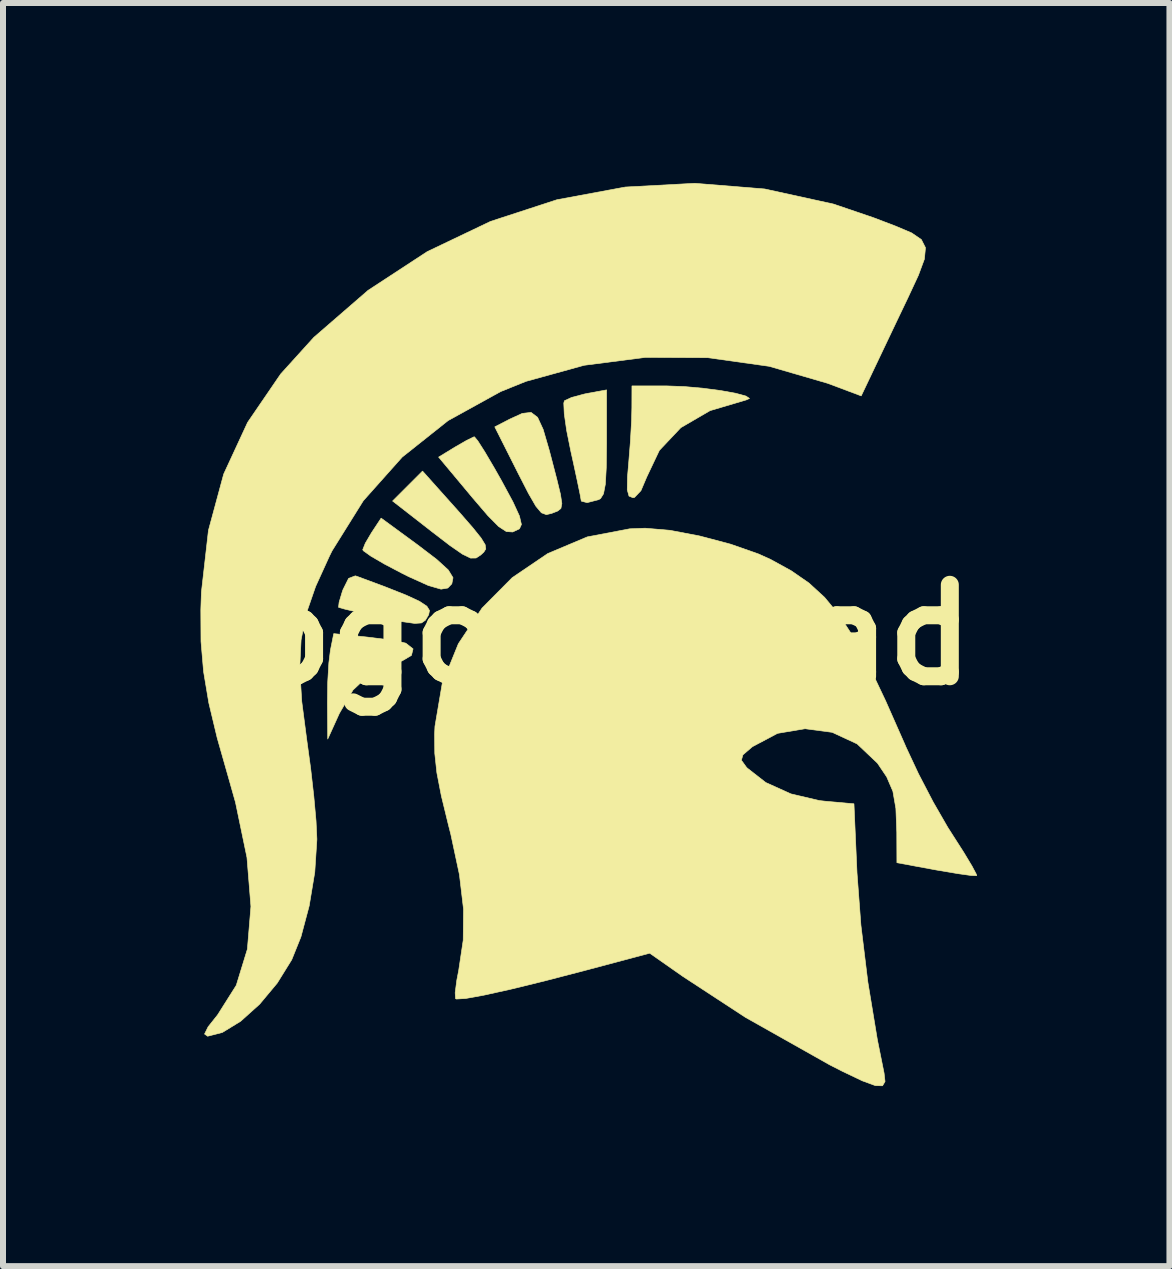
<source format=kicad_pcb>
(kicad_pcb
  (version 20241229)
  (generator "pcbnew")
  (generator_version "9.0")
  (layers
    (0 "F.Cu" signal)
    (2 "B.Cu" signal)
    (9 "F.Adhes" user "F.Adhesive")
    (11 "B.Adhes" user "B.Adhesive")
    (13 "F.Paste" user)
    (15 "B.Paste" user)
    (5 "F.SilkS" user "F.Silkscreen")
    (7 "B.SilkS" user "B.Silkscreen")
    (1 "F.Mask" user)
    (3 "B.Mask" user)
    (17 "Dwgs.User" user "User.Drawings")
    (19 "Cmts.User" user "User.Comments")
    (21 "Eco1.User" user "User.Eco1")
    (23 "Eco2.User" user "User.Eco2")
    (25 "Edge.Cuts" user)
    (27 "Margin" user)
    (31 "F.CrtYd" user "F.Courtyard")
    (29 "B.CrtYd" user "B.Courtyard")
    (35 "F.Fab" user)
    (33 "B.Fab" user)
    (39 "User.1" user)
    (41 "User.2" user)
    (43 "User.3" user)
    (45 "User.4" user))
  (footprint "logo-kicad"
    (layer "F.Cu")
    (at 6.72 7.531)
    (property "Reference" "logo-kicad" (at 0 0 0) (layer "F.SilkS") (effects (font (size 1.524 1.524) (thickness 0.3))))
    (attr through_hole)
    (fp_poly (pts (xy -2.435 -2.402) (xy -2.113 -2.042) (xy -1.89 -1.786) (xy -1.752 -1.614) (xy -1.684 -1.503) (xy -1.674 -1.432) (xy -1.707 -1.379) (xy -1.758 -1.332) (xy -1.836 -1.281) (xy -1.928 -1.28) (xy -2.062 -1.345) (xy -2.269 -1.488) (xy -2.566 -1.716) (xy -3.227 -2.231) (xy -2.728 -2.73) (xy -2.435 -2.402)) (stroke (width 0.01) (type solid)) (fill yes) (layer "F.SilkS"))
    (fp_poly (pts (xy -3.671 0.034) (xy -3.369 0.071) (xy -3.125 0.11) (xy -3.007 0.138) (xy -2.886 0.233) (xy -2.913 0.342) (xy -3.069 0.434) (xy -3.166 0.458) (xy -3.561 0.613) (xy -3.886 0.918) (xy -4.113 1.306) (xy -4.308 1.736) (xy -4.313 1.132) (xy -4.308 0.784) (xy -4.289 0.464) (xy -4.263 0.254) (xy -4.208 -0.021) (xy -3.671 0.034)) (stroke (width 0.01) (type solid)) (fill yes) (layer "F.SilkS"))
    (fp_poly (pts (xy -2.812 -1.502) (xy -2.492 -1.258) (xy -2.299 -1.082) (xy -2.22 -0.953) (xy -2.24 -0.851) (xy -2.307 -0.781) (xy -2.42 -0.762) (xy -2.631 -0.823) (xy -2.959 -0.971) (xy -3.069 -1.026) (xy -3.364 -1.181) (xy -3.59 -1.313) (xy -3.713 -1.401) (xy -3.725 -1.419) (xy -3.682 -1.527) (xy -3.579 -1.702) (xy -3.571 -1.714) (xy -3.418 -1.946) (xy -2.812 -1.502)) (stroke (width 0.01) (type solid)) (fill yes) (layer "F.SilkS"))
    (fp_poly (pts (xy -1.806 -3.232) (xy -1.688 -3.047) (xy -1.528 -2.775) (xy -1.412 -2.57) (xy -1.221 -2.216) (xy -1.113 -1.981) (xy -1.08 -1.84) (xy -1.112 -1.769) (xy -1.115 -1.767) (xy -1.225 -1.715) (xy -1.331 -1.722) (xy -1.46 -1.806) (xy -1.638 -1.986) (xy -1.89 -2.28) (xy -1.93 -2.328) (xy -2.46 -2.963) (xy -2.183 -3.132) (xy -1.994 -3.241) (xy -1.875 -3.299) (xy -1.863 -3.301) (xy -1.806 -3.232)) (stroke (width 0.01) (type solid)) (fill yes) (layer "F.SilkS"))
    (fp_poly (pts (xy -0.811 -3.626) (xy -0.718 -3.425) (xy -0.618 -3.083) (xy -0.592 -2.985) (xy -0.491 -2.597) (xy -0.429 -2.342) (xy -0.406 -2.189) (xy -0.422 -2.107) (xy -0.476 -2.064) (xy -0.566 -2.029) (xy -0.572 -2.026) (xy -0.665 -2.004) (xy -0.747 -2.035) (xy -0.839 -2.144) (xy -0.961 -2.355) (xy -1.135 -2.694) (xy -1.143 -2.71) (xy -1.524 -3.467) (xy -1.274 -3.596) (xy -1.066 -3.691) (xy -0.919 -3.708) (xy -0.811 -3.626)) (stroke (width 0.01) (type solid)) (fill yes) (layer "F.SilkS"))
    (fp_poly (pts (xy 0.339 -3.193) (xy 0.334 -2.783) (xy 0.319 -2.512) (xy 0.288 -2.351) (xy 0.238 -2.271) (xy 0.205 -2.253) (xy 0.015 -2.204) (xy -0.081 -2.229) (xy -0.085 -2.245) (xy -0.102 -2.341) (xy -0.148 -2.563) (xy -0.215 -2.874) (xy -0.257 -3.063) (xy -0.326 -3.406) (xy -0.366 -3.686) (xy -0.374 -3.863) (xy -0.363 -3.902) (xy -0.242 -3.958) (xy -0.028 -4.015) (xy 0.021 -4.025) (xy 0.339 -4.083) (xy 0.339 -3.193)) (stroke (width 0.01) (type solid)) (fill yes) (layer "F.SilkS"))
    (fp_poly (pts (xy -3.821 -0.976) (xy -3.34 -0.797) (xy -3 -0.662) (xy -2.778 -0.559) (xy -2.656 -0.478) (xy -2.612 -0.407) (xy -2.626 -0.336) (xy -2.631 -0.327) (xy -2.681 -0.244) (xy -2.745 -0.199) (xy -2.858 -0.191) (xy -3.056 -0.219) (xy -3.372 -0.283) (xy -3.514 -0.313) (xy -3.807 -0.378) (xy -4.026 -0.43) (xy -4.126 -0.459) (xy -4.128 -0.46) (xy -4.118 -0.545) (xy -4.064 -0.725) (xy -4.054 -0.753) (xy -3.96 -0.942) (xy -3.849 -0.984) (xy -3.821 -0.976)) (stroke (width 0.01) (type solid)) (fill yes) (layer "F.SilkS"))
    (fp_poly (pts (xy 1.642 -4.138) (xy 1.952 -4.11) (xy 2.246 -4.071) (xy 2.494 -4.026) (xy 2.663 -3.98) (xy 2.721 -3.94) (xy 2.667 -3.916) (xy 2.063 -3.737) (xy 1.577 -3.454) (xy 1.219 -3.075) (xy 1.008 -2.63) (xy 0.912 -2.404) (xy 0.805 -2.291) (xy 0.779 -2.286) (xy 0.713 -2.313) (xy 0.684 -2.418) (xy 0.688 -2.635) (xy 0.707 -2.857) (xy 0.736 -3.218) (xy 0.756 -3.571) (xy 0.761 -3.789) (xy 0.762 -4.149) (xy 1.35 -4.149) (xy 1.642 -4.138)) (stroke (width 0.01) (type solid)) (fill yes) (layer "F.SilkS"))
    (fp_poly (pts (xy 2.972 -7.432) (xy 4.118 -7.181) (xy 4.788 -6.953) (xy 5.158 -6.812) (xy 5.422 -6.7) (xy 5.585 -6.589) (xy 5.654 -6.453) (xy 5.636 -6.263) (xy 5.536 -5.993) (xy 5.36 -5.615) (xy 5.175 -5.228) (xy 4.583 -3.983) (xy 4.023 -4.193) (xy 3.05 -4.476) (xy 2.026 -4.62) (xy 0.986 -4.625) (xy -0.035 -4.493) (xy -1.005 -4.225) (xy -1.426 -4.055) (xy -2.301 -3.572) (xy -3.067 -2.963) (xy -3.715 -2.236) (xy -4.236 -1.401) (xy -4.28 -1.312) (xy -4.51 -0.807) (xy -4.666 -0.356) (xy -4.752 0.084) (xy -4.775 0.558) (xy -4.741 1.109) (xy -4.658 1.745) (xy -4.593 2.222) (xy -4.54 2.69) (xy -4.503 3.099) (xy -4.489 3.397) (xy -4.489 3.416) (xy -4.524 3.955) (xy -4.617 4.516) (xy -4.755 5.034) (xy -4.908 5.414) (xy -5.15 5.804) (xy -5.444 6.156) (xy -5.76 6.44) (xy -6.066 6.627) (xy -6.31 6.689) (xy -6.361 6.652) (xy -6.302 6.533) (xy -6.142 6.331) (xy -5.832 5.84) (xy -5.647 5.237) (xy -5.588 4.526) (xy -5.654 3.71) (xy -5.845 2.792) (xy -5.952 2.413) (xy -6.15 1.718) (xy -6.29 1.133) (xy -6.377 0.612) (xy -6.42 0.11) (xy -6.423 -0.419) (xy -6.413 -0.713) (xy -6.296 -1.742) (xy -6.042 -2.68) (xy -5.643 -3.542) (xy -5.092 -4.348) (xy -4.539 -4.959) (xy -3.637 -5.741) (xy -2.65 -6.387) (xy -1.595 -6.891) (xy -0.489 -7.252) (xy 0.652 -7.464) (xy 1.811 -7.526) (xy 2.972 -7.432)) (stroke (width 0.01) (type solid)) (fill yes) (layer "F.SilkS"))
    (fp_poly (pts (xy 1.395 -1.743) (xy 1.892 -1.648) (xy 2.406 -1.512) (xy 2.868 -1.35) (xy 3.074 -1.257) (xy 3.416 -1.069) (xy 3.711 -0.865) (xy 3.973 -0.625) (xy 4.217 -0.329) (xy 4.459 0.044) (xy 4.712 0.514) (xy 4.991 1.102) (xy 5.311 1.827) (xy 5.331 1.874) (xy 5.537 2.314) (xy 5.782 2.785) (xy 6.025 3.207) (xy 6.11 3.34) (xy 6.293 3.626) (xy 6.43 3.854) (xy 6.502 3.99) (xy 6.507 4.013) (xy 6.415 4.01) (xy 6.2 3.98) (xy 5.903 3.93) (xy 5.828 3.917) (xy 5.178 3.797) (xy 5.176 3.291) (xy 5.161 2.895) (xy 5.111 2.607) (xy 5.008 2.367) (xy 4.854 2.138) (xy 4.515 1.817) (xy 4.099 1.624) (xy 3.644 1.564) (xy 3.189 1.641) (xy 2.774 1.861) (xy 2.758 1.873) (xy 2.611 2) (xy 2.586 2.089) (xy 2.669 2.204) (xy 2.684 2.22) (xy 2.993 2.461) (xy 3.412 2.65) (xy 3.884 2.761) (xy 3.982 2.772) (xy 4.462 2.815) (xy 4.513 3.969) (xy 4.578 4.838) (xy 4.694 5.789) (xy 4.852 6.746) (xy 4.964 7.303) (xy 4.98 7.444) (xy 4.938 7.515) (xy 4.819 7.512) (xy 4.601 7.432) (xy 4.266 7.272) (xy 4.06 7.167) (xy 2.653 6.374) (xy 1.609 5.691) (xy 1.058 5.305) (xy 0 5.587) (xy -0.692 5.767) (xy -1.264 5.907) (xy -1.707 6.005) (xy -2.01 6.06) (xy -2.163 6.069) (xy -2.178 6.062) (xy -2.184 5.964) (xy -2.157 5.756) (xy -2.125 5.59) (xy -2.05 5.088) (xy -2.045 4.57) (xy -2.113 3.996) (xy -2.257 3.322) (xy -2.295 3.173) (xy -2.415 2.681) (xy -2.489 2.299) (xy -2.524 1.974) (xy -2.527 1.656) (xy -2.521 1.524) (xy -2.4 0.811) (xy -2.131 0.148) (xy -1.736 -0.447) (xy -1.233 -0.954) (xy -0.642 -1.355) (xy 0.017 -1.633) (xy 0.725 -1.768) (xy 0.981 -1.778) (xy 1.395 -1.743)) (stroke (width 0.01) (type solid)) (fill yes) (layer "F.SilkS")))
  (gr_rect
    (start -3 -3)
    (end 16.44 18.051)
    (stroke (width 0.1) (type default))
    (fill no)
    (layer "Edge.Cuts")))
</source>
